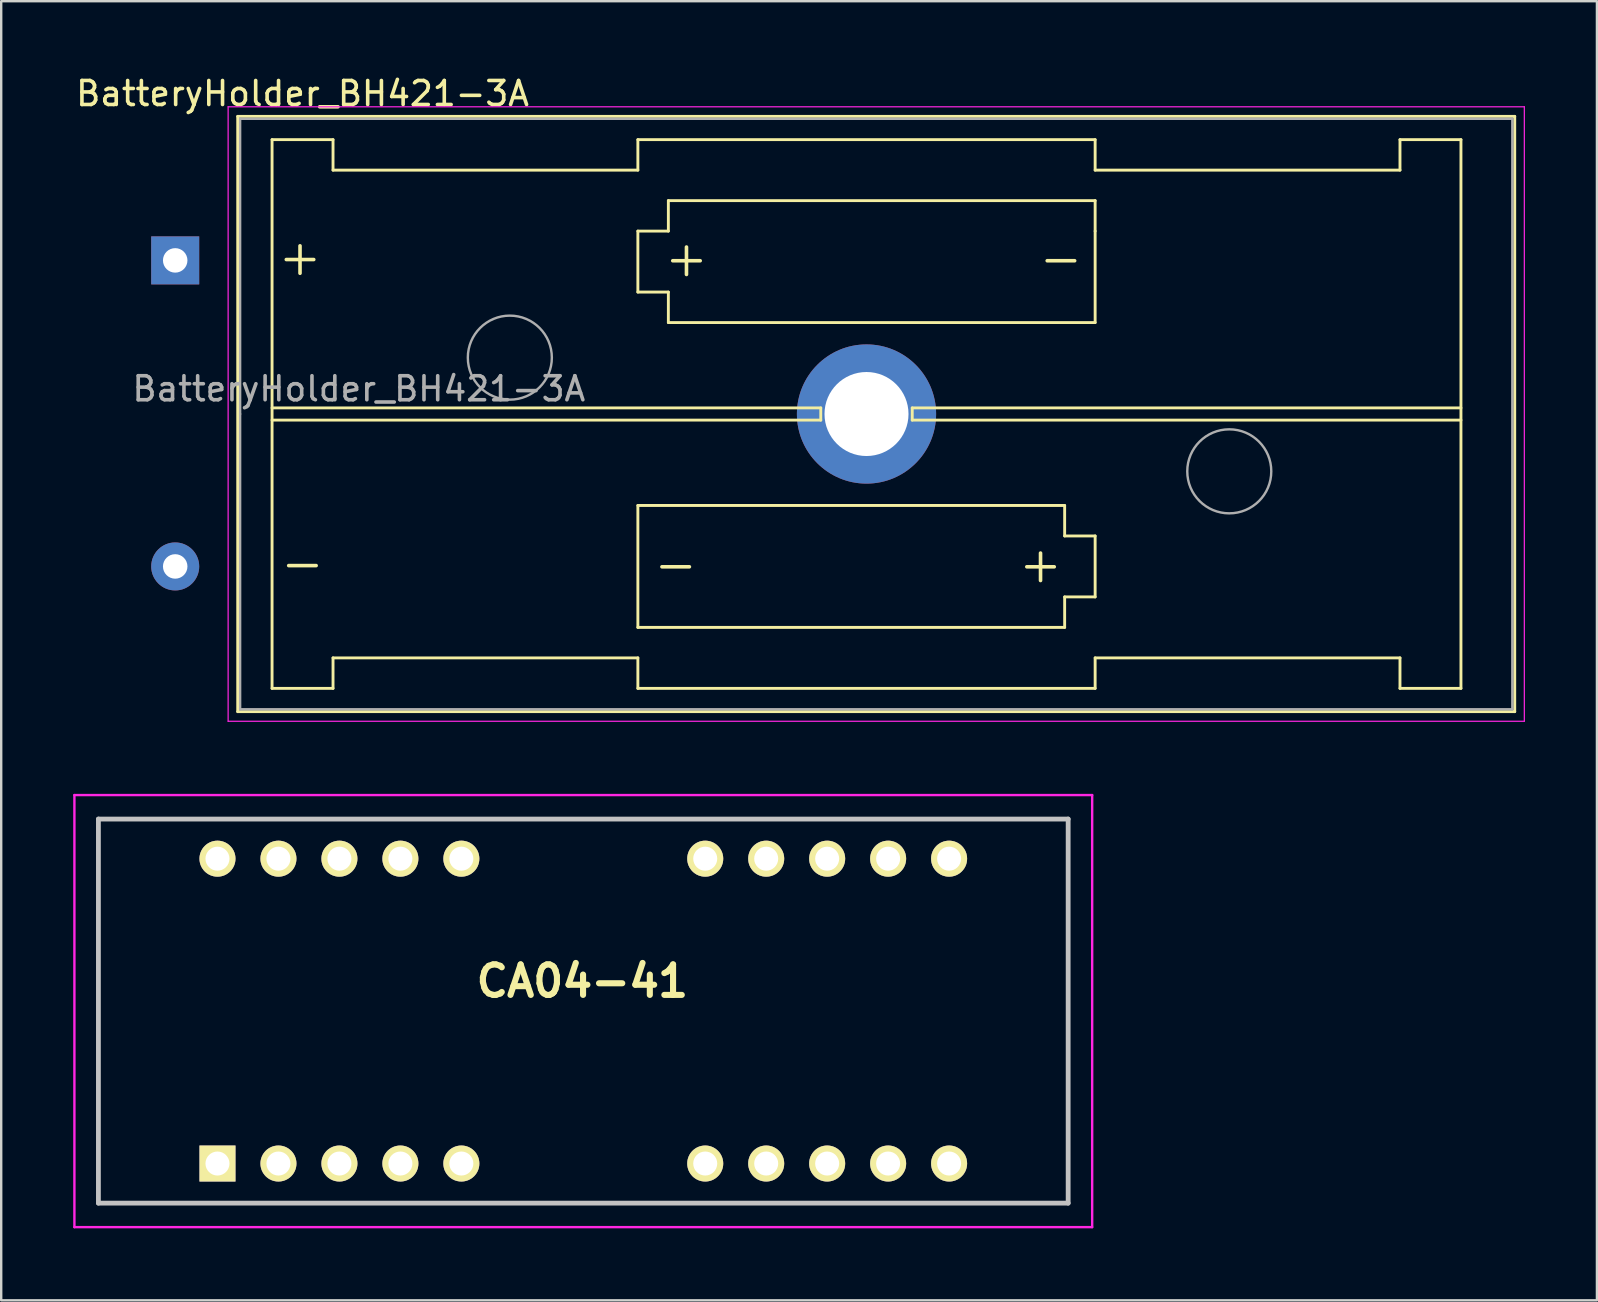
<source format=kicad_pcb>
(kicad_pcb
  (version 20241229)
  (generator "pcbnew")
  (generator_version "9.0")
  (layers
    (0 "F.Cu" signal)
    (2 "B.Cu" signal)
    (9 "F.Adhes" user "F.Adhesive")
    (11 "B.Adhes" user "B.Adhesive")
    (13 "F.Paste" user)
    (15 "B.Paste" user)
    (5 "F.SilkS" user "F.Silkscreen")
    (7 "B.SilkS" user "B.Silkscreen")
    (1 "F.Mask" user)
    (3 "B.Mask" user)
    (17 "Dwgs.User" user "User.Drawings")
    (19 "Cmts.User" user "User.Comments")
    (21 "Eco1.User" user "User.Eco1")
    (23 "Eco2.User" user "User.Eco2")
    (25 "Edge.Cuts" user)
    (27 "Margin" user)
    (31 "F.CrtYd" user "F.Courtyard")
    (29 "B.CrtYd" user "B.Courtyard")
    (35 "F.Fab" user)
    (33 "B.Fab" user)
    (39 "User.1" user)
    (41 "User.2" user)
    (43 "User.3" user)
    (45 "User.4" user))
  (footprint "BatteryHolder_BH421-3A"
    (layer "F.Cu")
    (at 33.049 14.198)
    (property "Reference" "BatteryHolder_BH421-3A" (at -23.495 -13.35 180) (layer "F.SilkS") (effects (font (size 1 1) (thickness 0.15))))
    (attr through_hole)
    (fp_line (start -26.195 -12.4) (end -26.195 12.4) (stroke (width 0.12) (type solid)) (layer "F.SilkS"))
    (fp_line (start -26.195 12.4) (end 27.005 12.4) (stroke (width 0.12) (type solid)) (layer "F.SilkS"))
    (fp_line (start -24.765 -11.43) (end -24.765 11.43) (stroke (width 0.12) (type solid)) (layer "F.SilkS"))
    (fp_line (start -24.765 -0.254) (end -1.905 -0.254) (stroke (width 0.12) (type solid)) (layer "F.SilkS"))
    (fp_line (start -24.765 11.43) (end -22.225 11.43) (stroke (width 0.12) (type solid)) (layer "F.SilkS"))
    (fp_line (start -22.225 -11.43) (end -24.765 -11.43) (stroke (width 0.12) (type solid)) (layer "F.SilkS"))
    (fp_line (start -22.225 -10.16) (end -22.225 -11.43) (stroke (width 0.12) (type solid)) (layer "F.SilkS"))
    (fp_line (start -22.225 -10.16) (end -9.525 -10.16) (stroke (width 0.12) (type solid)) (layer "F.SilkS"))
    (fp_line (start -22.225 10.16) (end -9.525 10.16) (stroke (width 0.12) (type solid)) (layer "F.SilkS"))
    (fp_line (start -22.225 11.43) (end -22.225 10.16) (stroke (width 0.12) (type solid)) (layer "F.SilkS"))
    (fp_line (start -9.525 -11.43) (end -9.525 -10.16) (stroke (width 0.12) (type solid)) (layer "F.SilkS"))
    (fp_line (start -9.525 -7.62) (end -8.255 -7.62) (stroke (width 0.12) (type solid)) (layer "F.SilkS"))
    (fp_line (start -9.525 -5.08) (end -9.525 -7.62) (stroke (width 0.12) (type solid)) (layer "F.SilkS"))
    (fp_line (start -9.525 3.81) (end 8.255 3.81) (stroke (width 0.12) (type solid)) (layer "F.SilkS"))
    (fp_line (start -9.525 8.89) (end -9.525 3.81) (stroke (width 0.12) (type solid)) (layer "F.SilkS"))
    (fp_line (start -9.525 10.16) (end -9.525 11.43) (stroke (width 0.12) (type solid)) (layer "F.SilkS"))
    (fp_line (start -9.525 11.43) (end 9.525 11.43) (stroke (width 0.12) (type solid)) (layer "F.SilkS"))
    (fp_line (start -8.255 -8.89) (end 9.525 -8.89) (stroke (width 0.12) (type solid)) (layer "F.SilkS"))
    (fp_line (start -8.255 -7.62) (end -8.255 -8.89) (stroke (width 0.12) (type solid)) (layer "F.SilkS"))
    (fp_line (start -8.255 -5.08) (end -9.525 -5.08) (stroke (width 0.12) (type solid)) (layer "F.SilkS"))
    (fp_line (start -8.255 -3.81) (end -8.255 -5.08) (stroke (width 0.12) (type solid)) (layer "F.SilkS"))
    (fp_line (start -1.905 -0.254) (end -1.905 0.254) (stroke (width 0.12) (type solid)) (layer "F.SilkS"))
    (fp_line (start -1.905 0.254) (end -24.765 0.254) (stroke (width 0.12) (type solid)) (layer "F.SilkS"))
    (fp_line (start 1.905 -0.254) (end 1.905 0.254) (stroke (width 0.12) (type solid)) (layer "F.SilkS"))
    (fp_line (start 1.905 0.254) (end 24.765 0.254) (stroke (width 0.12) (type solid)) (layer "F.SilkS"))
    (fp_line (start 8.255 3.81) (end 8.255 5.08) (stroke (width 0.12) (type solid)) (layer "F.SilkS"))
    (fp_line (start 8.255 5.08) (end 9.525 5.08) (stroke (width 0.12) (type solid)) (layer "F.SilkS"))
    (fp_line (start 8.255 7.62) (end 8.255 8.89) (stroke (width 0.12) (type solid)) (layer "F.SilkS"))
    (fp_line (start 8.255 8.89) (end -9.525 8.89) (stroke (width 0.12) (type solid)) (layer "F.SilkS"))
    (fp_line (start 9.525 -11.43) (end -9.525 -11.43) (stroke (width 0.12) (type solid)) (layer "F.SilkS"))
    (fp_line (start 9.525 -10.16) (end 9.525 -11.43) (stroke (width 0.12) (type solid)) (layer "F.SilkS"))
    (fp_line (start 9.525 -8.89) (end 9.525 -7.62) (stroke (width 0.12) (type solid)) (layer "F.SilkS"))
    (fp_line (start 9.525 -7.62) (end 9.525 -3.81) (stroke (width 0.12) (type solid)) (layer "F.SilkS"))
    (fp_line (start 9.525 -3.81) (end -8.255 -3.81) (stroke (width 0.12) (type solid)) (layer "F.SilkS"))
    (fp_line (start 9.525 5.08) (end 9.525 7.62) (stroke (width 0.12) (type solid)) (layer "F.SilkS"))
    (fp_line (start 9.525 7.62) (end 8.255 7.62) (stroke (width 0.12) (type solid)) (layer "F.SilkS"))
    (fp_line (start 9.525 11.43) (end 9.525 10.16) (stroke (width 0.12) (type solid)) (layer "F.SilkS"))
    (fp_line (start 22.225 -11.43) (end 22.225 -10.16) (stroke (width 0.12) (type solid)) (layer "F.SilkS"))
    (fp_line (start 22.225 -10.16) (end 9.525 -10.16) (stroke (width 0.12) (type solid)) (layer "F.SilkS"))
    (fp_line (start 22.225 10.16) (end 9.525 10.16) (stroke (width 0.12) (type solid)) (layer "F.SilkS"))
    (fp_line (start 22.225 11.43) (end 22.225 10.16) (stroke (width 0.12) (type solid)) (layer "F.SilkS"))
    (fp_line (start 24.765 -11.43) (end 22.225 -11.43) (stroke (width 0.12) (type solid)) (layer "F.SilkS"))
    (fp_line (start 24.765 -11.43) (end 24.765 11.43) (stroke (width 0.12) (type solid)) (layer "F.SilkS"))
    (fp_line (start 24.765 -0.254) (end 1.905 -0.254) (stroke (width 0.12) (type solid)) (layer "F.SilkS"))
    (fp_line (start 24.765 11.43) (end 22.225 11.43) (stroke (width 0.12) (type solid)) (layer "F.SilkS"))
    (fp_line (start 27.005 -12.4) (end -26.195 -12.4) (stroke (width 0.12) (type solid)) (layer "F.SilkS"))
    (fp_line (start 27.005 12.4) (end 27.005 -12.4) (stroke (width 0.12) (type solid)) (layer "F.SilkS"))
    (fp_line (start -26.595 -12.8) (end -26.595 12.8) (stroke (width 0.05) (type solid)) (layer "F.CrtYd"))
    (fp_line (start -26.595 12.8) (end 27.405 12.8) (stroke (width 0.05) (type solid)) (layer "F.CrtYd"))
    (fp_line (start 27.405 -12.8) (end -26.595 -12.8) (stroke (width 0.05) (type solid)) (layer "F.CrtYd"))
    (fp_line (start 27.405 12.8) (end 27.405 -12.8) (stroke (width 0.05) (type solid)) (layer "F.CrtYd"))
    (fp_line (start -26.095 -12.3) (end 26.905 -12.3) (stroke (width 0.1) (type solid)) (layer "F.Fab"))
    (fp_line (start -26.095 0) (end -26.095 -12.3) (stroke (width 0.1) (type solid)) (layer "F.Fab"))
    (fp_line (start -26.095 12.3) (end -26.095 0) (stroke (width 0.1) (type solid)) (layer "F.Fab"))
    (fp_line (start -26.095 12.3) (end 26.905 12.3) (stroke (width 0.1) (type solid)) (layer "F.Fab"))
    (fp_line (start 26.905 12.3) (end 26.905 -12.3) (stroke (width 0.1) (type solid)) (layer "F.Fab"))
    (fp_circle (center -14.859 -2.349) (end -13.109 -2.349) (stroke (width 0.1) (type solid)) (fill no) (layer "F.Fab"))
    (fp_circle (center 15.113 2.388) (end 16.863 2.388) (stroke (width 0.1) (type solid)) (fill no) (layer "F.Fab"))
    (fp_text user "+" (at -23.6 -6.55 0) (layer "F.SilkS") (effects (font (size 1.5 1.5) (thickness 0.15))))
    (fp_text user "-" (at -23.5 6.2 0) (layer "F.SilkS") (effects (font (size 1.5 1.5) (thickness 0.15))))
    (fp_text user "+" (at -7.5 -6.5 0) (layer "F.SilkS") (effects (font (size 1.5 1.5) (thickness 0.15))))
    (fp_text user "+" (at 7.25 6.25 0) (layer "F.SilkS") (effects (font (size 1.5 1.5) (thickness 0.15))))
    (fp_text user "-" (at -7.95 6.25 0) (layer "F.SilkS") (effects (font (size 1.5 1.5) (thickness 0.15))))
    (fp_text user "-" (at 8.1 -6.5 0) (layer "F.SilkS") (effects (font (size 1.5 1.5) (thickness 0.15))))
    (fp_text user "${REFERENCE}" (at -21.15 -1.05 0) (layer "F.Fab") (effects (font (size 1 1) (thickness 0.15))))
    (pad "" thru_hole circle (at 0 0) (size 5.8 5.8) (drill 3.5) (layers "*.Cu" "*.Mask"))
    (pad "1" thru_hole rect (at -28.8 -6.4) (size 2 2) (drill 1.02) (layers "*.Cu" "*.Mask"))
    (pad "2" thru_hole circle (at -28.8 6.35) (size 2 2) (drill 1.02) (layers "*.Cu" "*.Mask")))
  (footprint "CA04-41"
    (layer "F.Cu")
    (at 6.01 45.423)
    (property "Reference" "CA04-41" (at 15.2 -7.6 0) (layer "F.SilkS") (effects (font (size 1.27 1.27) (thickness 0.254))))
    (attr through_hole)
    (fp_line (start -4.96 -14.35) (end 35.44 -14.35) (stroke (width 0.1) (type solid)) (layer "F.SilkS"))
    (fp_line (start -4.96 1.65) (end -4.96 -14.35) (stroke (width 0.1) (type solid)) (layer "F.SilkS"))
    (fp_line (start 35.44 -14.35) (end 35.44 1.65) (stroke (width 0.1) (type solid)) (layer "F.SilkS"))
    (fp_line (start 35.44 1.65) (end -4.96 1.65) (stroke (width 0.1) (type solid)) (layer "F.SilkS"))
    (fp_line (start -4.96 -14.35) (end 35.44 -14.35) (stroke (width 0.2) (type solid)) (layer "Dwgs.User"))
    (fp_line (start -4.96 1.65) (end -4.96 -14.35) (stroke (width 0.2) (type solid)) (layer "Dwgs.User"))
    (fp_line (start 35.44 -14.35) (end 35.44 1.65) (stroke (width 0.2) (type solid)) (layer "Dwgs.User"))
    (fp_line (start 35.44 1.65) (end -4.96 1.65) (stroke (width 0.2) (type solid)) (layer "Dwgs.User"))
    (fp_line (start -5.96 -15.35) (end 36.44 -15.35) (stroke (width 0.1) (type solid)) (layer "F.CrtYd"))
    (fp_line (start -5.96 2.65) (end -5.96 -15.35) (stroke (width 0.1) (type solid)) (layer "F.CrtYd"))
    (fp_line (start 36.44 -15.35) (end 36.44 2.65) (stroke (width 0.1) (type solid)) (layer "F.CrtYd"))
    (fp_line (start 36.44 2.65) (end -5.96 2.65) (stroke (width 0.1) (type solid)) (layer "F.CrtYd"))
    (pad "1" thru_hole rect (at 0 0 90) (size 1.5 1.5) (drill 1) (layers "*.Cu" "*.Mask" "F.SilkS"))
    (pad "2" thru_hole circle (at 2.54 0 90) (size 1.5 1.5) (drill 1) (layers "*.Cu" "*.Mask" "F.SilkS"))
    (pad "3" thru_hole circle (at 5.08 0 90) (size 1.5 1.5) (drill 1) (layers "*.Cu" "*.Mask" "F.SilkS"))
    (pad "4" thru_hole circle (at 7.62 0 90) (size 1.5 1.5) (drill 1) (layers "*.Cu" "*.Mask" "F.SilkS"))
    (pad "5" thru_hole circle (at 10.16 0 90) (size 1.5 1.5) (drill 1) (layers "*.Cu" "*.Mask" "F.SilkS"))
    (pad "6" thru_hole circle (at 20.32 0 90) (size 1.5 1.5) (drill 1) (layers "*.Cu" "*.Mask" "F.SilkS"))
    (pad "7" thru_hole circle (at 22.86 0 90) (size 1.5 1.5) (drill 1) (layers "*.Cu" "*.Mask" "F.SilkS"))
    (pad "8" thru_hole circle (at 25.4 0 90) (size 1.5 1.5) (drill 1) (layers "*.Cu" "*.Mask" "F.SilkS"))
    (pad "9" thru_hole circle (at 27.94 0 90) (size 1.5 1.5) (drill 1) (layers "*.Cu" "*.Mask" "F.SilkS"))
    (pad "10" thru_hole circle (at 30.48 0 90) (size 1.5 1.5) (drill 1) (layers "*.Cu" "*.Mask" "F.SilkS"))
    (pad "11" thru_hole circle (at 30.48 -12.7 90) (size 1.5 1.5) (drill 1) (layers "*.Cu" "*.Mask" "F.SilkS"))
    (pad "12" thru_hole circle (at 27.94 -12.7 90) (size 1.5 1.5) (drill 1) (layers "*.Cu" "*.Mask" "F.SilkS"))
    (pad "13" thru_hole circle (at 25.4 -12.7 90) (size 1.5 1.5) (drill 1) (layers "*.Cu" "*.Mask" "F.SilkS"))
    (pad "14" thru_hole circle (at 22.86 -12.7 90) (size 1.5 1.5) (drill 1) (layers "*.Cu" "*.Mask" "F.SilkS"))
    (pad "15" thru_hole circle (at 20.32 -12.7 90) (size 1.5 1.5) (drill 1) (layers "*.Cu" "*.Mask" "F.SilkS"))
    (pad "16" thru_hole circle (at 10.16 -12.7 90) (size 1.5 1.5) (drill 1) (layers "*.Cu" "*.Mask" "F.SilkS"))
    (pad "17" thru_hole circle (at 7.62 -12.7 90) (size 1.5 1.5) (drill 1) (layers "*.Cu" "*.Mask" "F.SilkS"))
    (pad "18" thru_hole circle (at 5.08 -12.7 90) (size 1.5 1.5) (drill 1) (layers "*.Cu" "*.Mask" "F.SilkS"))
    (pad "19" thru_hole circle (at 2.54 -12.7 90) (size 1.5 1.5) (drill 1) (layers "*.Cu" "*.Mask" "F.SilkS"))
    (pad "20" thru_hole circle (at 0 -12.7 90) (size 1.5 1.5) (drill 1) (layers "*.Cu" "*.Mask" "F.SilkS")))
  (gr_rect
    (start -3 -3)
    (end 63.479 51.123)
    (stroke (width 0.1) (type default))
    (fill no)
    (layer "Edge.Cuts")))
</source>
